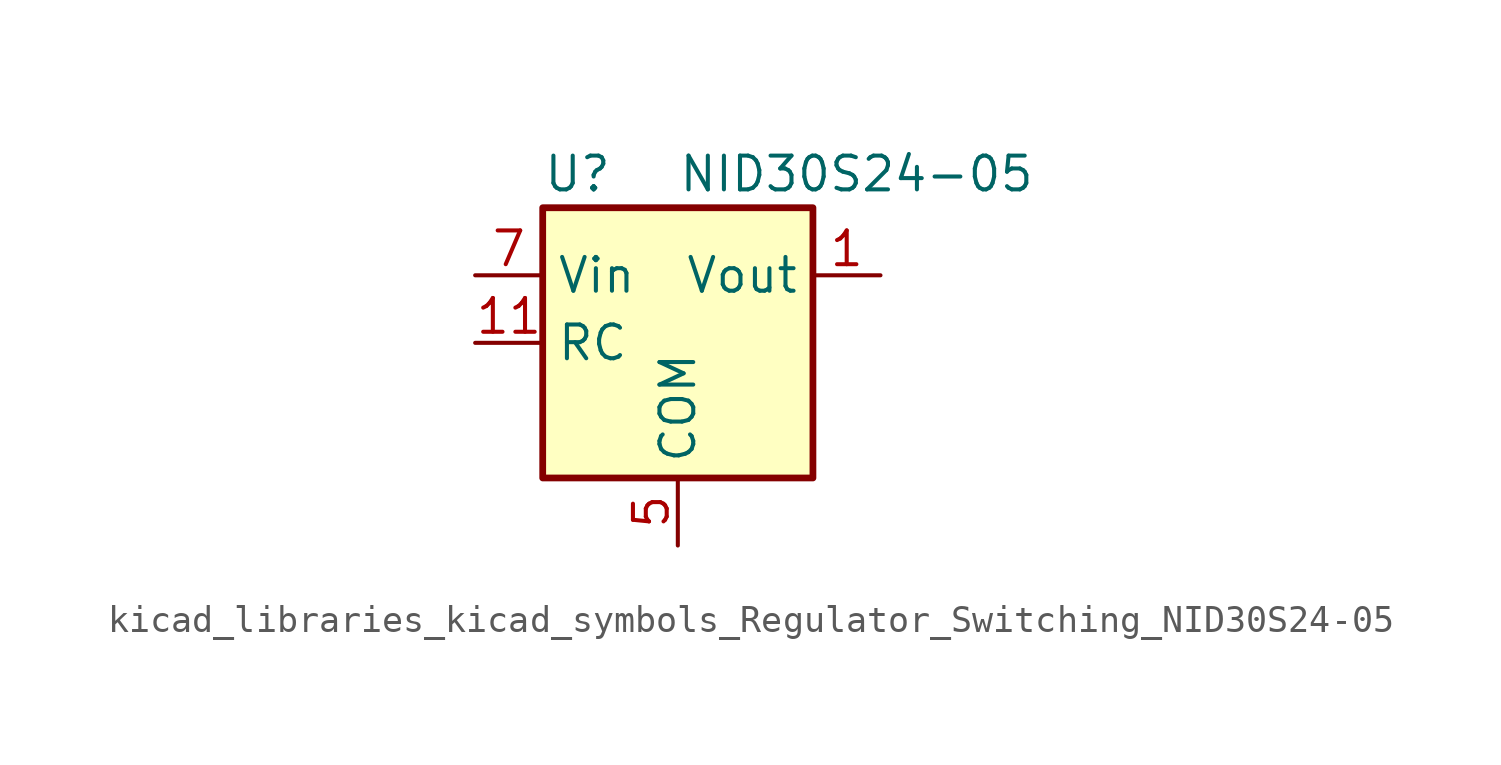
<source format=kicad_sym>
(kicad_symbol_lib
  (version 20220914)
  (generator kicad_symbol_editor)
  (symbol "kicad_libraries_kicad_symbols_Regulator_Switching_NID30S24-05"
    (property "Reference" "U"
      (at -5.08 6.35 0)
      (effects (font (size 1.27 1.27)) (justify left)))
    (property "Value" "NID30S24-05"
      (at 0 6.35 0)
      (effects (font (size 1.27 1.27)) (justify left)))
    (symbol "kicad_libraries_kicad_symbols_Regulator_Switching_NID30S24-05_0_1"
      (rectangle (start -5.08 5.08) (end 5.08 -5.08) (stroke (width 0.254) (type default)) (fill (type background))))
    (symbol "kicad_libraries_kicad_symbols_Regulator_Switching_NID30S24-05_1_1"
      (pin power_out line (at 7.62 2.54 180) (length 2.54) (name "Vout" (effects (font (size 1.27 1.27)))) (number "1" (effects (font (size 1.27 1.27)))))
      (pin no_connect line (at 5.08 -2.54 180) (length 2.54) hide (name "NC" (effects (font (size 1.27 1.27)))) (number "10" (effects (font (size 1.27 1.27)))))
      (pin input line (at -7.62 0 0) (length 2.54) (name "RC" (effects (font (size 1.27 1.27)))) (number "11" (effects (font (size 1.27 1.27)))))
      (pin passive line (at 7.62 2.54 180) (length 2.54) hide (name "Vout" (effects (font (size 1.27 1.27)))) (number "2" (effects (font (size 1.27 1.27)))))
      (pin passive line (at 7.62 2.54 180) (length 2.54) hide (name "Vout" (effects (font (size 1.27 1.27)))) (number "3" (effects (font (size 1.27 1.27)))))
      (pin passive line (at 7.62 2.54 180) (length 2.54) hide (name "Vout" (effects (font (size 1.27 1.27)))) (number "4" (effects (font (size 1.27 1.27)))))
      (pin power_in line (at 0 -7.62 90) (length 2.54) (name "COM" (effects (font (size 1.27 1.27)))) (number "5" (effects (font (size 1.27 1.27)))))
      (pin passive line (at 0 -7.62 90) (length 2.54) hide (name "COM" (effects (font (size 1.27 1.27)))) (number "6" (effects (font (size 1.27 1.27)))))
      (pin power_in line (at -7.62 2.54 0) (length 2.54) (name "Vin" (effects (font (size 1.27 1.27)))) (number "7" (effects (font (size 1.27 1.27)))))
      (pin passive line (at -7.62 2.54 0) (length 2.54) hide (name "Vin" (effects (font (size 1.27 1.27)))) (number "8" (effects (font (size 1.27 1.27)))))
      (pin no_connect line (at 5.08 0 180) (length 2.54) hide (name "NC" (effects (font (size 1.27 1.27)))) (number "9" (effects (font (size 1.27 1.27))))))))
</source>
